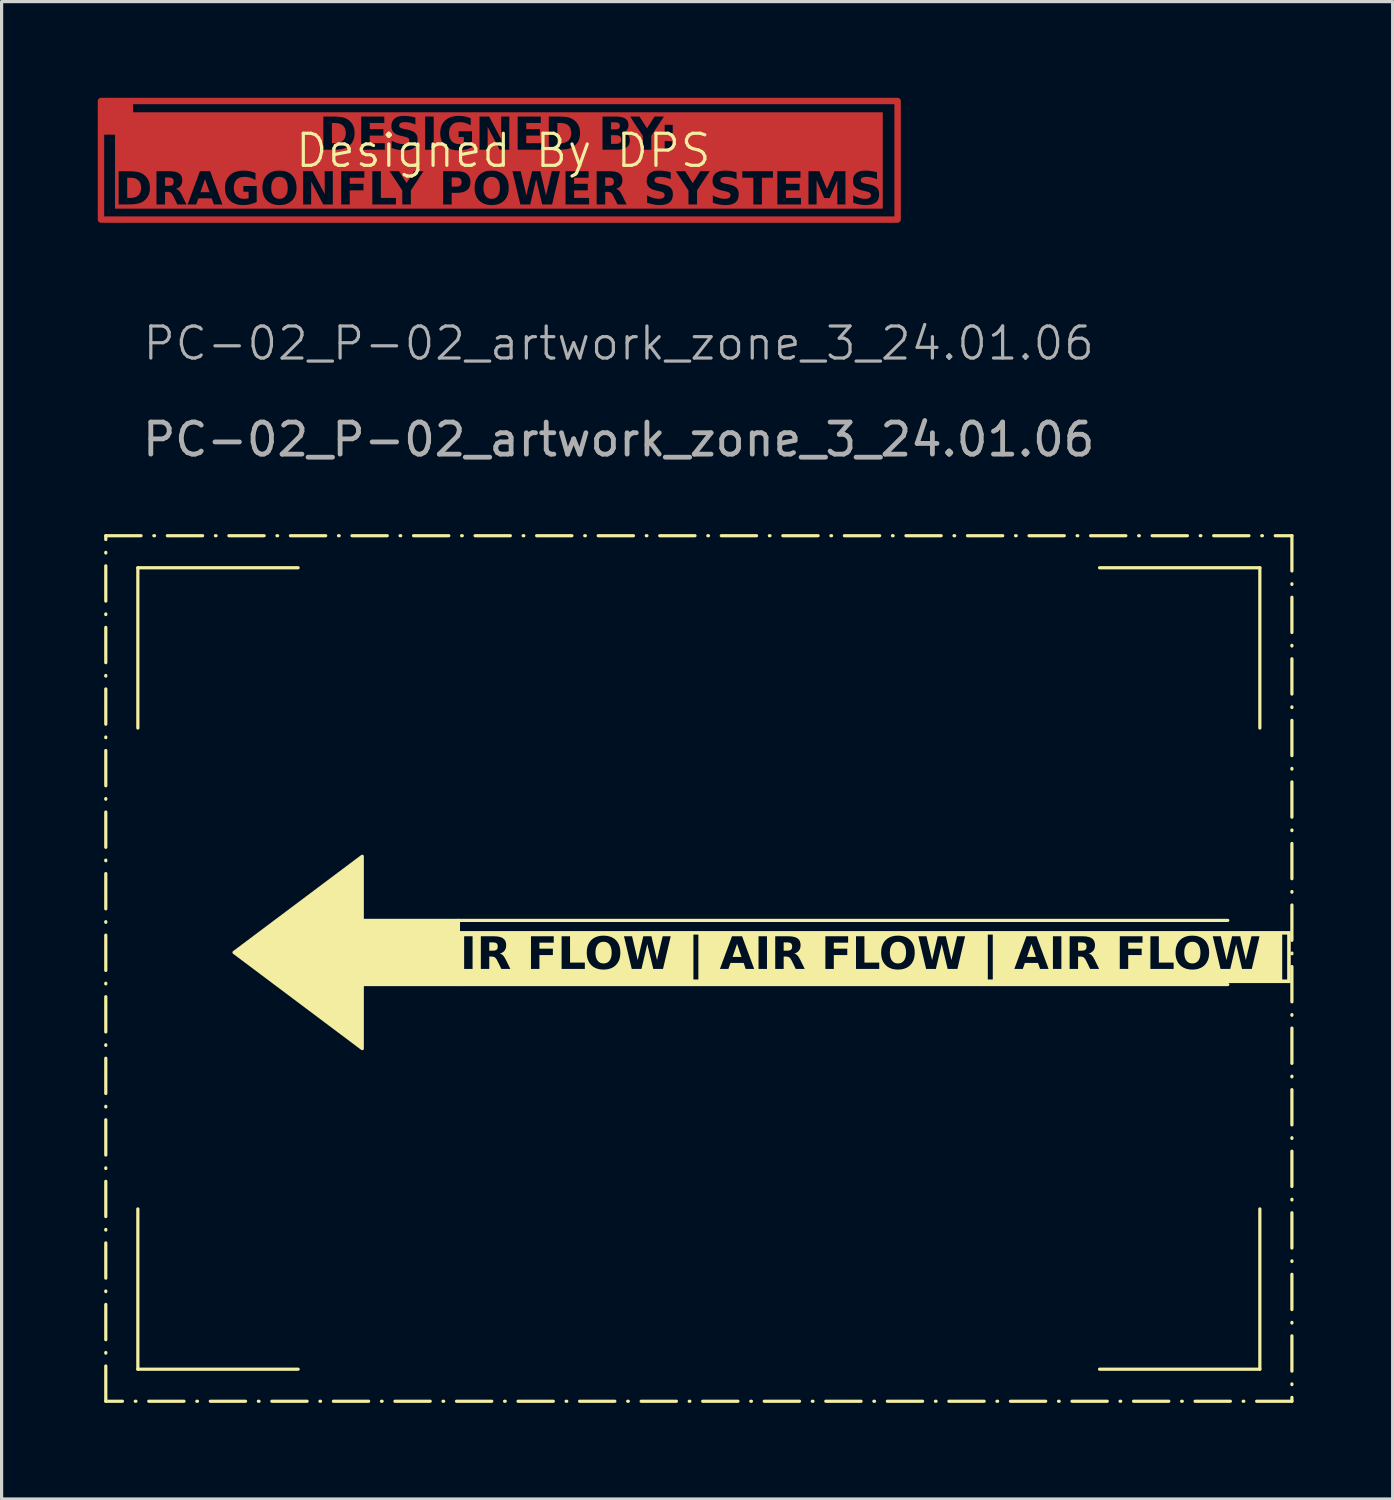
<source format=kicad_pcb>
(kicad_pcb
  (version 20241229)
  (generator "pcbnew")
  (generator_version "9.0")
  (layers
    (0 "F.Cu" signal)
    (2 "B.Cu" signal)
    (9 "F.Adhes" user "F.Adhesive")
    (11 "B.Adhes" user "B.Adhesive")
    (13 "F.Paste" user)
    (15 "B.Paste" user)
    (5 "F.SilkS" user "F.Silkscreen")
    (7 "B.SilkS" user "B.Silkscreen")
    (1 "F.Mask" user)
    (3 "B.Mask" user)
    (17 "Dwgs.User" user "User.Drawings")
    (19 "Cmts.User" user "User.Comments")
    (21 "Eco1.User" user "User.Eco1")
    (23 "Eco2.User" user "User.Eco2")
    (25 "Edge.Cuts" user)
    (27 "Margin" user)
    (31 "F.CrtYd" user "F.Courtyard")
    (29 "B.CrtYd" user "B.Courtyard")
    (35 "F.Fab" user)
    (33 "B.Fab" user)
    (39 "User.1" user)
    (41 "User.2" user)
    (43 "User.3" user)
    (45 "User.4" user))
  (footprint "PC-02_P-02_artwork_zone_3_24.01.06"
    (layer "F.Cu")
    (at 0.25 13.661)
    (property "Reference" "PC-02_P-02_artwork_zone_3_24.01.06" (at 16 -6 0) (unlocked yes) (layer "F.Fab") (effects (font (size 1 1) (thickness 0.1))))
    (attr smd)
    (fp_line (start 1 1) (end 1 6) (stroke (width 0.1) (type default)) (layer "F.SilkS"))
    (fp_line (start 1 1) (end 6 1) (stroke (width 0.1) (type default)) (layer "F.SilkS"))
    (fp_line (start 1 26) (end 1 21) (stroke (width 0.1) (type default)) (layer "F.SilkS"))
    (fp_line (start 1 26) (end 6 26) (stroke (width 0.1) (type default)) (layer "F.SilkS"))
    (fp_line (start 11 12) (end 35 12) (stroke (width 0.1) (type default)) (layer "F.SilkS"))
    (fp_line (start 35 14) (end 11 14) (stroke (width 0.1) (type default)) (layer "F.SilkS"))
    (fp_line (start 36 1) (end 31 1) (stroke (width 0.1) (type default)) (layer "F.SilkS"))
    (fp_line (start 36 1) (end 36 6) (stroke (width 0.1) (type default)) (layer "F.SilkS"))
    (fp_line (start 36 26) (end 31 26) (stroke (width 0.1) (type default)) (layer "F.SilkS"))
    (fp_line (start 36 26) (end 36 21) (stroke (width 0.1) (type default)) (layer "F.SilkS"))
    (fp_rect (start 0 0) (end 37 27) (stroke (width 0.1) (type dash_dot)) (fill no) (layer "F.SilkS"))
    (fp_poly (pts (xy 11 12) (xy 8 12) (xy 8 10) (xy 4 13) (xy 8 16) (xy 8 14) (xy 11 14)) (stroke (width 0.1) (type solid)) (fill yes) (layer "F.SilkS"))
    (fp_text user "| AIR FLOW | AIR FLOW | AIR FLOW |" (at 23 13.1 0) (unlocked yes) (layer "F.SilkS" knockout) (effects (font (face "Bahnschrift") (size 1 1) (thickness 0.2) (bold yes))))
    (fp_text user "${REFERENCE}" (at 16 -3 0) (unlocked yes) (layer "F.Fab") (effects (font (size 1 1) (thickness 0.15)))))
  (footprint "Designed By DPS"
    (layer "F.Cu")
    (at 12.65 2.15)
    (property "Reference" "Designed By DPS" (at 0 -0.5 0) (unlocked yes) (layer "F.SilkS") (effects (font (size 1 1) (thickness 0.1))))
    (attr smd)
    (fp_text user "DESIGNED BY:\nDRAGONFLY POWER SYSTEMS" (at -0.15 1.35 0) (layer "F.Cu" knockout) (effects (font (face "Verdana") (size 1.016 1.016) (thickness 0.203) (bold yes)) (justify bottom)))
    (pad "1" smd custom (at -12.05 -1.5) (size 1 1) (layers "F.Cu") (options (anchor rect)) (primitives (gr_line (start 24.35 -0.55) (end -0.5 -0.55) (width 0.2)) (gr_line (start 24.35 3.15) (end 24.35 -0.55) (width 0.2)) (gr_line (start -0.5 3.15) (end 24.35 3.15) (width 0.2)) (gr_line (start -0.5 -0.55) (end -0.5 3.15) (width 0.2)))))
  (gr_rect
    (start -3 -3)
    (end 40.392 43.711)
    (stroke (width 0.1) (type default))
    (fill no)
    (layer "Edge.Cuts")))
</source>
